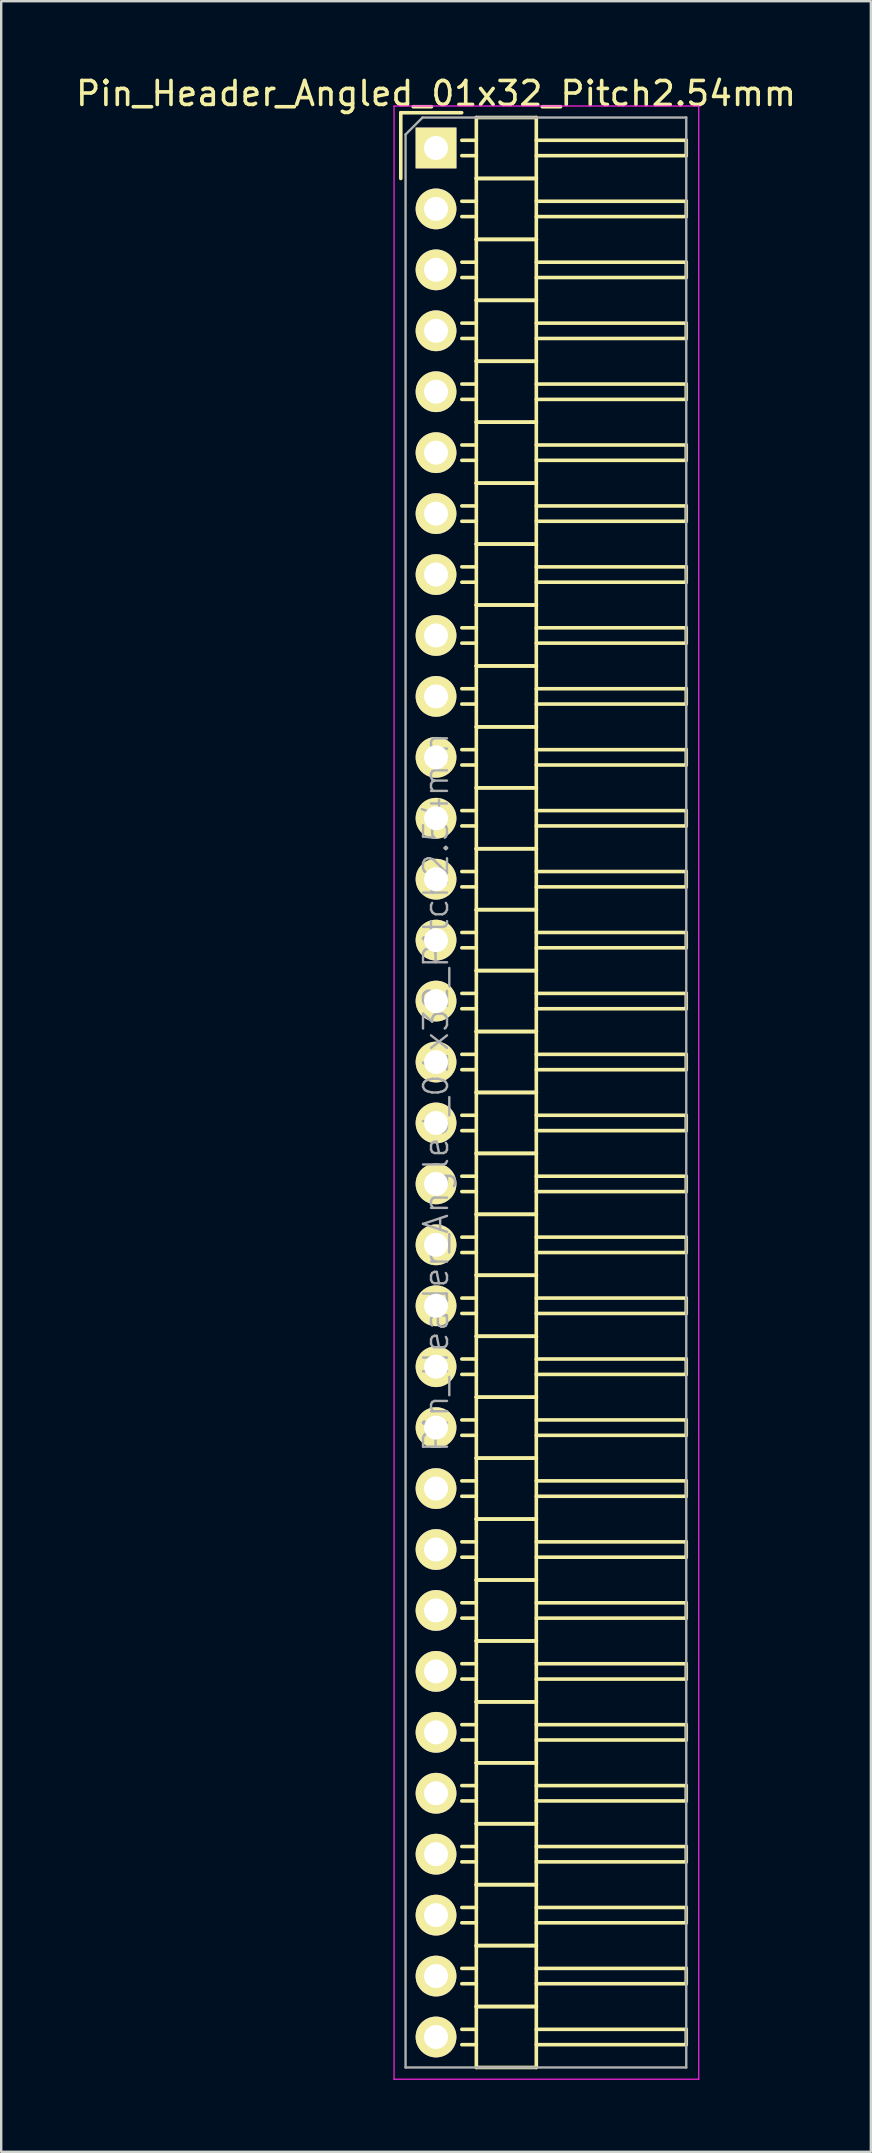
<source format=kicad_pcb>
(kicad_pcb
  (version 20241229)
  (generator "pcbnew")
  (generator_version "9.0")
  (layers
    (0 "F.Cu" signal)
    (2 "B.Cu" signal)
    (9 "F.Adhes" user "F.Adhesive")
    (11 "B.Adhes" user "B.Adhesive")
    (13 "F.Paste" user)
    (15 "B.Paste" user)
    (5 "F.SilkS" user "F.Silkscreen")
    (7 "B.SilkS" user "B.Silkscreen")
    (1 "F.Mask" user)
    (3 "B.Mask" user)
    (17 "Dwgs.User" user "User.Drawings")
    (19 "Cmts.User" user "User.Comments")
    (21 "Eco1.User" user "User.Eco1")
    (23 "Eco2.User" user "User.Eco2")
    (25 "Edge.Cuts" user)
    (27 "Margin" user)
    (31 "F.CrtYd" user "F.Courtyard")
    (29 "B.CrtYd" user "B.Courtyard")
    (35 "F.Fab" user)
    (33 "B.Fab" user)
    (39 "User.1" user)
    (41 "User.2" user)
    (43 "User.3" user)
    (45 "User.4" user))
  (footprint "Pin_Header_Angled_01x32_Pitch2.54mm"
    (layer "F.Cu")
    (at 15.125 3.118)
    (property "Reference" "Pin_Header_Angled_01x32_Pitch2.54mm" (at 0 -2.27 0) (layer "F.SilkS") (effects (font (size 1 1) (thickness 0.15))))
    (attr smd)
    (fp_line (start -1.47 -1.47) (end -1.47 1.27) (stroke (width 0.15) (type solid)) (layer "F.SilkS"))
    (fp_line (start -1.47 -1.47) (end 1.07 -1.47) (stroke (width 0.15) (type solid)) (layer "F.SilkS"))
    (fp_line (start 1.68 -0.32) (end 1.075 -0.32) (stroke (width 0.15) (type solid)) (layer "F.SilkS"))
    (fp_line (start 1.68 0.32) (end 1.075 0.32) (stroke (width 0.15) (type solid)) (layer "F.SilkS"))
    (fp_line (start 1.68 1.27) (end 1.68 -1.27) (stroke (width 0.15) (type solid)) (layer "F.SilkS"))
    (fp_line (start 1.68 2.22) (end 1.075 2.22) (stroke (width 0.15) (type solid)) (layer "F.SilkS"))
    (fp_line (start 1.68 2.86) (end 1.075 2.86) (stroke (width 0.15) (type solid)) (layer "F.SilkS"))
    (fp_line (start 1.68 3.81) (end 1.68 1.27) (stroke (width 0.15) (type solid)) (layer "F.SilkS"))
    (fp_line (start 1.68 4.76) (end 1.075 4.76) (stroke (width 0.15) (type solid)) (layer "F.SilkS"))
    (fp_line (start 1.68 5.4) (end 1.075 5.4) (stroke (width 0.15) (type solid)) (layer "F.SilkS"))
    (fp_line (start 1.68 6.35) (end 1.68 3.81) (stroke (width 0.15) (type solid)) (layer "F.SilkS"))
    (fp_line (start 1.68 7.3) (end 1.075 7.3) (stroke (width 0.15) (type solid)) (layer "F.SilkS"))
    (fp_line (start 1.68 7.94) (end 1.075 7.94) (stroke (width 0.15) (type solid)) (layer "F.SilkS"))
    (fp_line (start 1.68 8.89) (end 1.68 6.35) (stroke (width 0.15) (type solid)) (layer "F.SilkS"))
    (fp_line (start 1.68 9.84) (end 1.075 9.84) (stroke (width 0.15) (type solid)) (layer "F.SilkS"))
    (fp_line (start 1.68 10.48) (end 1.075 10.48) (stroke (width 0.15) (type solid)) (layer "F.SilkS"))
    (fp_line (start 1.68 11.43) (end 1.68 8.89) (stroke (width 0.15) (type solid)) (layer "F.SilkS"))
    (fp_line (start 1.68 12.38) (end 1.075 12.38) (stroke (width 0.15) (type solid)) (layer "F.SilkS"))
    (fp_line (start 1.68 13.02) (end 1.075 13.02) (stroke (width 0.15) (type solid)) (layer "F.SilkS"))
    (fp_line (start 1.68 13.97) (end 1.68 11.43) (stroke (width 0.15) (type solid)) (layer "F.SilkS"))
    (fp_line (start 1.68 14.92) (end 1.075 14.92) (stroke (width 0.15) (type solid)) (layer "F.SilkS"))
    (fp_line (start 1.68 15.56) (end 1.075 15.56) (stroke (width 0.15) (type solid)) (layer "F.SilkS"))
    (fp_line (start 1.68 16.51) (end 1.68 13.97) (stroke (width 0.15) (type solid)) (layer "F.SilkS"))
    (fp_line (start 1.68 17.46) (end 1.075 17.46) (stroke (width 0.15) (type solid)) (layer "F.SilkS"))
    (fp_line (start 1.68 18.1) (end 1.075 18.1) (stroke (width 0.15) (type solid)) (layer "F.SilkS"))
    (fp_line (start 1.68 19.05) (end 1.68 16.51) (stroke (width 0.15) (type solid)) (layer "F.SilkS"))
    (fp_line (start 1.68 20) (end 1.075 20) (stroke (width 0.15) (type solid)) (layer "F.SilkS"))
    (fp_line (start 1.68 20.64) (end 1.075 20.64) (stroke (width 0.15) (type solid)) (layer "F.SilkS"))
    (fp_line (start 1.68 21.59) (end 1.68 19.05) (stroke (width 0.15) (type solid)) (layer "F.SilkS"))
    (fp_line (start 1.68 22.54) (end 1.075 22.54) (stroke (width 0.15) (type solid)) (layer "F.SilkS"))
    (fp_line (start 1.68 23.18) (end 1.075 23.18) (stroke (width 0.15) (type solid)) (layer "F.SilkS"))
    (fp_line (start 1.68 24.13) (end 1.68 21.59) (stroke (width 0.15) (type solid)) (layer "F.SilkS"))
    (fp_line (start 1.68 25.08) (end 1.075 25.08) (stroke (width 0.15) (type solid)) (layer "F.SilkS"))
    (fp_line (start 1.68 25.72) (end 1.075 25.72) (stroke (width 0.15) (type solid)) (layer "F.SilkS"))
    (fp_line (start 1.68 26.67) (end 1.68 24.13) (stroke (width 0.15) (type solid)) (layer "F.SilkS"))
    (fp_line (start 1.68 27.62) (end 1.075 27.62) (stroke (width 0.15) (type solid)) (layer "F.SilkS"))
    (fp_line (start 1.68 28.26) (end 1.075 28.26) (stroke (width 0.15) (type solid)) (layer "F.SilkS"))
    (fp_line (start 1.68 29.21) (end 1.68 26.67) (stroke (width 0.15) (type solid)) (layer "F.SilkS"))
    (fp_line (start 1.68 30.16) (end 1.075 30.16) (stroke (width 0.15) (type solid)) (layer "F.SilkS"))
    (fp_line (start 1.68 30.8) (end 1.075 30.8) (stroke (width 0.15) (type solid)) (layer "F.SilkS"))
    (fp_line (start 1.68 31.75) (end 1.68 29.21) (stroke (width 0.15) (type solid)) (layer "F.SilkS"))
    (fp_line (start 1.68 32.7) (end 1.075 32.7) (stroke (width 0.15) (type solid)) (layer "F.SilkS"))
    (fp_line (start 1.68 33.34) (end 1.075 33.34) (stroke (width 0.15) (type solid)) (layer "F.SilkS"))
    (fp_line (start 1.68 34.29) (end 1.68 31.75) (stroke (width 0.15) (type solid)) (layer "F.SilkS"))
    (fp_line (start 1.68 35.24) (end 1.075 35.24) (stroke (width 0.15) (type solid)) (layer "F.SilkS"))
    (fp_line (start 1.68 35.88) (end 1.075 35.88) (stroke (width 0.15) (type solid)) (layer "F.SilkS"))
    (fp_line (start 1.68 36.83) (end 1.68 34.29) (stroke (width 0.15) (type solid)) (layer "F.SilkS"))
    (fp_line (start 1.68 37.78) (end 1.075 37.78) (stroke (width 0.15) (type solid)) (layer "F.SilkS"))
    (fp_line (start 1.68 38.42) (end 1.075 38.42) (stroke (width 0.15) (type solid)) (layer "F.SilkS"))
    (fp_line (start 1.68 39.37) (end 1.68 36.83) (stroke (width 0.15) (type solid)) (layer "F.SilkS"))
    (fp_line (start 1.68 40.32) (end 1.075 40.32) (stroke (width 0.15) (type solid)) (layer "F.SilkS"))
    (fp_line (start 1.68 40.96) (end 1.075 40.96) (stroke (width 0.15) (type solid)) (layer "F.SilkS"))
    (fp_line (start 1.68 41.91) (end 1.68 39.37) (stroke (width 0.15) (type solid)) (layer "F.SilkS"))
    (fp_line (start 1.68 42.86) (end 1.075 42.86) (stroke (width 0.15) (type solid)) (layer "F.SilkS"))
    (fp_line (start 1.68 43.5) (end 1.075 43.5) (stroke (width 0.15) (type solid)) (layer "F.SilkS"))
    (fp_line (start 1.68 44.45) (end 1.68 41.91) (stroke (width 0.15) (type solid)) (layer "F.SilkS"))
    (fp_line (start 1.68 45.4) (end 1.075 45.4) (stroke (width 0.15) (type solid)) (layer "F.SilkS"))
    (fp_line (start 1.68 46.04) (end 1.075 46.04) (stroke (width 0.15) (type solid)) (layer "F.SilkS"))
    (fp_line (start 1.68 46.99) (end 1.68 44.45) (stroke (width 0.15) (type solid)) (layer "F.SilkS"))
    (fp_line (start 1.68 47.94) (end 1.075 47.94) (stroke (width 0.15) (type solid)) (layer "F.SilkS"))
    (fp_line (start 1.68 48.58) (end 1.075 48.58) (stroke (width 0.15) (type solid)) (layer "F.SilkS"))
    (fp_line (start 1.68 49.53) (end 1.68 46.99) (stroke (width 0.15) (type solid)) (layer "F.SilkS"))
    (fp_line (start 1.68 50.48) (end 1.075 50.48) (stroke (width 0.15) (type solid)) (layer "F.SilkS"))
    (fp_line (start 1.68 51.12) (end 1.075 51.12) (stroke (width 0.15) (type solid)) (layer "F.SilkS"))
    (fp_line (start 1.68 52.07) (end 1.68 49.53) (stroke (width 0.15) (type solid)) (layer "F.SilkS"))
    (fp_line (start 1.68 53.02) (end 1.075 53.02) (stroke (width 0.15) (type solid)) (layer "F.SilkS"))
    (fp_line (start 1.68 53.66) (end 1.075 53.66) (stroke (width 0.15) (type solid)) (layer "F.SilkS"))
    (fp_line (start 1.68 54.61) (end 1.68 52.07) (stroke (width 0.15) (type solid)) (layer "F.SilkS"))
    (fp_line (start 1.68 55.56) (end 1.075 55.56) (stroke (width 0.15) (type solid)) (layer "F.SilkS"))
    (fp_line (start 1.68 56.2) (end 1.075 56.2) (stroke (width 0.15) (type solid)) (layer "F.SilkS"))
    (fp_line (start 1.68 57.15) (end 1.68 54.61) (stroke (width 0.15) (type solid)) (layer "F.SilkS"))
    (fp_line (start 1.68 58.1) (end 1.075 58.1) (stroke (width 0.15) (type solid)) (layer "F.SilkS"))
    (fp_line (start 1.68 58.74) (end 1.075 58.74) (stroke (width 0.15) (type solid)) (layer "F.SilkS"))
    (fp_line (start 1.68 59.69) (end 1.68 57.15) (stroke (width 0.15) (type solid)) (layer "F.SilkS"))
    (fp_line (start 1.68 60.64) (end 1.075 60.64) (stroke (width 0.15) (type solid)) (layer "F.SilkS"))
    (fp_line (start 1.68 61.28) (end 1.075 61.28) (stroke (width 0.15) (type solid)) (layer "F.SilkS"))
    (fp_line (start 1.68 62.23) (end 1.68 59.69) (stroke (width 0.15) (type solid)) (layer "F.SilkS"))
    (fp_line (start 1.68 63.18) (end 1.075 63.18) (stroke (width 0.15) (type solid)) (layer "F.SilkS"))
    (fp_line (start 1.68 63.82) (end 1.075 63.82) (stroke (width 0.15) (type solid)) (layer "F.SilkS"))
    (fp_line (start 1.68 64.77) (end 1.68 62.23) (stroke (width 0.15) (type solid)) (layer "F.SilkS"))
    (fp_line (start 1.68 65.72) (end 1.075 65.72) (stroke (width 0.15) (type solid)) (layer "F.SilkS"))
    (fp_line (start 1.68 66.36) (end 1.075 66.36) (stroke (width 0.15) (type solid)) (layer "F.SilkS"))
    (fp_line (start 1.68 67.31) (end 1.68 64.77) (stroke (width 0.15) (type solid)) (layer "F.SilkS"))
    (fp_line (start 1.68 68.26) (end 1.075 68.26) (stroke (width 0.15) (type solid)) (layer "F.SilkS"))
    (fp_line (start 1.68 68.9) (end 1.075 68.9) (stroke (width 0.15) (type solid)) (layer "F.SilkS"))
    (fp_line (start 1.68 69.85) (end 1.68 67.31) (stroke (width 0.15) (type solid)) (layer "F.SilkS"))
    (fp_line (start 1.68 70.8) (end 1.075 70.8) (stroke (width 0.15) (type solid)) (layer "F.SilkS"))
    (fp_line (start 1.68 71.44) (end 1.075 71.44) (stroke (width 0.15) (type solid)) (layer "F.SilkS"))
    (fp_line (start 1.68 72.39) (end 1.68 69.85) (stroke (width 0.15) (type solid)) (layer "F.SilkS"))
    (fp_line (start 1.68 73.34) (end 1.075 73.34) (stroke (width 0.15) (type solid)) (layer "F.SilkS"))
    (fp_line (start 1.68 73.98) (end 1.075 73.98) (stroke (width 0.15) (type solid)) (layer "F.SilkS"))
    (fp_line (start 1.68 74.93) (end 1.68 72.39) (stroke (width 0.15) (type solid)) (layer "F.SilkS"))
    (fp_line (start 1.68 75.88) (end 1.075 75.88) (stroke (width 0.15) (type solid)) (layer "F.SilkS"))
    (fp_line (start 1.68 76.52) (end 1.075 76.52) (stroke (width 0.15) (type solid)) (layer "F.SilkS"))
    (fp_line (start 1.68 77.47) (end 1.68 74.93) (stroke (width 0.15) (type solid)) (layer "F.SilkS"))
    (fp_line (start 1.68 78.42) (end 1.075 78.42) (stroke (width 0.15) (type solid)) (layer "F.SilkS"))
    (fp_line (start 1.68 79.06) (end 1.075 79.06) (stroke (width 0.15) (type solid)) (layer "F.SilkS"))
    (fp_line (start 1.68 80.01) (end 1.68 77.47) (stroke (width 0.15) (type solid)) (layer "F.SilkS"))
    (fp_line (start 4.18 -1.27) (end 1.68 -1.27) (stroke (width 0.15) (type solid)) (layer "F.SilkS"))
    (fp_line (start 4.18 -0.32) (end 10.43 -0.32) (stroke (width 0.15) (type solid)) (layer "F.SilkS"))
    (fp_line (start 4.18 0.32) (end 10.43 0.32) (stroke (width 0.15) (type solid)) (layer "F.SilkS"))
    (fp_line (start 4.18 1.27) (end 1.68 1.27) (stroke (width 0.15) (type solid)) (layer "F.SilkS"))
    (fp_line (start 4.18 1.27) (end 1.68 1.27) (stroke (width 0.15) (type solid)) (layer "F.SilkS"))
    (fp_line (start 4.18 1.27) (end 4.18 -1.27) (stroke (width 0.15) (type solid)) (layer "F.SilkS"))
    (fp_line (start 4.18 2.22) (end 10.43 2.22) (stroke (width 0.15) (type solid)) (layer "F.SilkS"))
    (fp_line (start 4.18 2.86) (end 10.43 2.86) (stroke (width 0.15) (type solid)) (layer "F.SilkS"))
    (fp_line (start 4.18 3.81) (end 1.68 3.81) (stroke (width 0.15) (type solid)) (layer "F.SilkS"))
    (fp_line (start 4.18 3.81) (end 1.68 3.81) (stroke (width 0.15) (type solid)) (layer "F.SilkS"))
    (fp_line (start 4.18 3.81) (end 4.18 1.27) (stroke (width 0.15) (type solid)) (layer "F.SilkS"))
    (fp_line (start 4.18 4.76) (end 10.43 4.76) (stroke (width 0.15) (type solid)) (layer "F.SilkS"))
    (fp_line (start 4.18 5.4) (end 10.43 5.4) (stroke (width 0.15) (type solid)) (layer "F.SilkS"))
    (fp_line (start 4.18 6.35) (end 1.68 6.35) (stroke (width 0.15) (type solid)) (layer "F.SilkS"))
    (fp_line (start 4.18 6.35) (end 1.68 6.35) (stroke (width 0.15) (type solid)) (layer "F.SilkS"))
    (fp_line (start 4.18 6.35) (end 4.18 3.81) (stroke (width 0.15) (type solid)) (layer "F.SilkS"))
    (fp_line (start 4.18 7.3) (end 10.43 7.3) (stroke (width 0.15) (type solid)) (layer "F.SilkS"))
    (fp_line (start 4.18 7.94) (end 10.43 7.94) (stroke (width 0.15) (type solid)) (layer "F.SilkS"))
    (fp_line (start 4.18 8.89) (end 1.68 8.89) (stroke (width 0.15) (type solid)) (layer "F.SilkS"))
    (fp_line (start 4.18 8.89) (end 1.68 8.89) (stroke (width 0.15) (type solid)) (layer "F.SilkS"))
    (fp_line (start 4.18 8.89) (end 4.18 6.35) (stroke (width 0.15) (type solid)) (layer "F.SilkS"))
    (fp_line (start 4.18 9.84) (end 10.43 9.84) (stroke (width 0.15) (type solid)) (layer "F.SilkS"))
    (fp_line (start 4.18 10.48) (end 10.43 10.48) (stroke (width 0.15) (type solid)) (layer "F.SilkS"))
    (fp_line (start 4.18 11.43) (end 1.68 11.43) (stroke (width 0.15) (type solid)) (layer "F.SilkS"))
    (fp_line (start 4.18 11.43) (end 1.68 11.43) (stroke (width 0.15) (type solid)) (layer "F.SilkS"))
    (fp_line (start 4.18 11.43) (end 4.18 8.89) (stroke (width 0.15) (type solid)) (layer "F.SilkS"))
    (fp_line (start 4.18 12.38) (end 10.43 12.38) (stroke (width 0.15) (type solid)) (layer "F.SilkS"))
    (fp_line (start 4.18 13.02) (end 10.43 13.02) (stroke (width 0.15) (type solid)) (layer "F.SilkS"))
    (fp_line (start 4.18 13.97) (end 1.68 13.97) (stroke (width 0.15) (type solid)) (layer "F.SilkS"))
    (fp_line (start 4.18 13.97) (end 1.68 13.97) (stroke (width 0.15) (type solid)) (layer "F.SilkS"))
    (fp_line (start 4.18 13.97) (end 4.18 11.43) (stroke (width 0.15) (type solid)) (layer "F.SilkS"))
    (fp_line (start 4.18 14.92) (end 10.43 14.92) (stroke (width 0.15) (type solid)) (layer "F.SilkS"))
    (fp_line (start 4.18 15.56) (end 10.43 15.56) (stroke (width 0.15) (type solid)) (layer "F.SilkS"))
    (fp_line (start 4.18 16.51) (end 1.68 16.51) (stroke (width 0.15) (type solid)) (layer "F.SilkS"))
    (fp_line (start 4.18 16.51) (end 1.68 16.51) (stroke (width 0.15) (type solid)) (layer "F.SilkS"))
    (fp_line (start 4.18 16.51) (end 4.18 13.97) (stroke (width 0.15) (type solid)) (layer "F.SilkS"))
    (fp_line (start 4.18 17.46) (end 10.43 17.46) (stroke (width 0.15) (type solid)) (layer "F.SilkS"))
    (fp_line (start 4.18 18.1) (end 10.43 18.1) (stroke (width 0.15) (type solid)) (layer "F.SilkS"))
    (fp_line (start 4.18 19.05) (end 1.68 19.05) (stroke (width 0.15) (type solid)) (layer "F.SilkS"))
    (fp_line (start 4.18 19.05) (end 1.68 19.05) (stroke (width 0.15) (type solid)) (layer "F.SilkS"))
    (fp_line (start 4.18 19.05) (end 4.18 16.51) (stroke (width 0.15) (type solid)) (layer "F.SilkS"))
    (fp_line (start 4.18 20) (end 10.43 20) (stroke (width 0.15) (type solid)) (layer "F.SilkS"))
    (fp_line (start 4.18 20.64) (end 10.43 20.64) (stroke (width 0.15) (type solid)) (layer "F.SilkS"))
    (fp_line (start 4.18 21.59) (end 1.68 21.59) (stroke (width 0.15) (type solid)) (layer "F.SilkS"))
    (fp_line (start 4.18 21.59) (end 1.68 21.59) (stroke (width 0.15) (type solid)) (layer "F.SilkS"))
    (fp_line (start 4.18 21.59) (end 4.18 19.05) (stroke (width 0.15) (type solid)) (layer "F.SilkS"))
    (fp_line (start 4.18 22.54) (end 10.43 22.54) (stroke (width 0.15) (type solid)) (layer "F.SilkS"))
    (fp_line (start 4.18 23.18) (end 10.43 23.18) (stroke (width 0.15) (type solid)) (layer "F.SilkS"))
    (fp_line (start 4.18 24.13) (end 1.68 24.13) (stroke (width 0.15) (type solid)) (layer "F.SilkS"))
    (fp_line (start 4.18 24.13) (end 1.68 24.13) (stroke (width 0.15) (type solid)) (layer "F.SilkS"))
    (fp_line (start 4.18 24.13) (end 4.18 21.59) (stroke (width 0.15) (type solid)) (layer "F.SilkS"))
    (fp_line (start 4.18 25.08) (end 10.43 25.08) (stroke (width 0.15) (type solid)) (layer "F.SilkS"))
    (fp_line (start 4.18 25.72) (end 10.43 25.72) (stroke (width 0.15) (type solid)) (layer "F.SilkS"))
    (fp_line (start 4.18 26.67) (end 1.68 26.67) (stroke (width 0.15) (type solid)) (layer "F.SilkS"))
    (fp_line (start 4.18 26.67) (end 1.68 26.67) (stroke (width 0.15) (type solid)) (layer "F.SilkS"))
    (fp_line (start 4.18 26.67) (end 4.18 24.13) (stroke (width 0.15) (type solid)) (layer "F.SilkS"))
    (fp_line (start 4.18 27.62) (end 10.43 27.62) (stroke (width 0.15) (type solid)) (layer "F.SilkS"))
    (fp_line (start 4.18 28.26) (end 10.43 28.26) (stroke (width 0.15) (type solid)) (layer "F.SilkS"))
    (fp_line (start 4.18 29.21) (end 1.68 29.21) (stroke (width 0.15) (type solid)) (layer "F.SilkS"))
    (fp_line (start 4.18 29.21) (end 1.68 29.21) (stroke (width 0.15) (type solid)) (layer "F.SilkS"))
    (fp_line (start 4.18 29.21) (end 4.18 26.67) (stroke (width 0.15) (type solid)) (layer "F.SilkS"))
    (fp_line (start 4.18 30.16) (end 10.43 30.16) (stroke (width 0.15) (type solid)) (layer "F.SilkS"))
    (fp_line (start 4.18 30.8) (end 10.43 30.8) (stroke (width 0.15) (type solid)) (layer "F.SilkS"))
    (fp_line (start 4.18 31.75) (end 1.68 31.75) (stroke (width 0.15) (type solid)) (layer "F.SilkS"))
    (fp_line (start 4.18 31.75) (end 1.68 31.75) (stroke (width 0.15) (type solid)) (layer "F.SilkS"))
    (fp_line (start 4.18 31.75) (end 4.18 29.21) (stroke (width 0.15) (type solid)) (layer "F.SilkS"))
    (fp_line (start 4.18 32.7) (end 10.43 32.7) (stroke (width 0.15) (type solid)) (layer "F.SilkS"))
    (fp_line (start 4.18 33.34) (end 10.43 33.34) (stroke (width 0.15) (type solid)) (layer "F.SilkS"))
    (fp_line (start 4.18 34.29) (end 1.68 34.29) (stroke (width 0.15) (type solid)) (layer "F.SilkS"))
    (fp_line (start 4.18 34.29) (end 1.68 34.29) (stroke (width 0.15) (type solid)) (layer "F.SilkS"))
    (fp_line (start 4.18 34.29) (end 4.18 31.75) (stroke (width 0.15) (type solid)) (layer "F.SilkS"))
    (fp_line (start 4.18 35.24) (end 10.43 35.24) (stroke (width 0.15) (type solid)) (layer "F.SilkS"))
    (fp_line (start 4.18 35.88) (end 10.43 35.88) (stroke (width 0.15) (type solid)) (layer "F.SilkS"))
    (fp_line (start 4.18 36.83) (end 1.68 36.83) (stroke (width 0.15) (type solid)) (layer "F.SilkS"))
    (fp_line (start 4.18 36.83) (end 1.68 36.83) (stroke (width 0.15) (type solid)) (layer "F.SilkS"))
    (fp_line (start 4.18 36.83) (end 4.18 34.29) (stroke (width 0.15) (type solid)) (layer "F.SilkS"))
    (fp_line (start 4.18 37.78) (end 10.43 37.78) (stroke (width 0.15) (type solid)) (layer "F.SilkS"))
    (fp_line (start 4.18 38.42) (end 10.43 38.42) (stroke (width 0.15) (type solid)) (layer "F.SilkS"))
    (fp_line (start 4.18 39.37) (end 1.68 39.37) (stroke (width 0.15) (type solid)) (layer "F.SilkS"))
    (fp_line (start 4.18 39.37) (end 1.68 39.37) (stroke (width 0.15) (type solid)) (layer "F.SilkS"))
    (fp_line (start 4.18 39.37) (end 4.18 36.83) (stroke (width 0.15) (type solid)) (layer "F.SilkS"))
    (fp_line (start 4.18 40.32) (end 10.43 40.32) (stroke (width 0.15) (type solid)) (layer "F.SilkS"))
    (fp_line (start 4.18 40.96) (end 10.43 40.96) (stroke (width 0.15) (type solid)) (layer "F.SilkS"))
    (fp_line (start 4.18 41.91) (end 1.68 41.91) (stroke (width 0.15) (type solid)) (layer "F.SilkS"))
    (fp_line (start 4.18 41.91) (end 1.68 41.91) (stroke (width 0.15) (type solid)) (layer "F.SilkS"))
    (fp_line (start 4.18 41.91) (end 4.18 39.37) (stroke (width 0.15) (type solid)) (layer "F.SilkS"))
    (fp_line (start 4.18 42.86) (end 10.43 42.86) (stroke (width 0.15) (type solid)) (layer "F.SilkS"))
    (fp_line (start 4.18 43.5) (end 10.43 43.5) (stroke (width 0.15) (type solid)) (layer "F.SilkS"))
    (fp_line (start 4.18 44.45) (end 1.68 44.45) (stroke (width 0.15) (type solid)) (layer "F.SilkS"))
    (fp_line (start 4.18 44.45) (end 1.68 44.45) (stroke (width 0.15) (type solid)) (layer "F.SilkS"))
    (fp_line (start 4.18 44.45) (end 4.18 41.91) (stroke (width 0.15) (type solid)) (layer "F.SilkS"))
    (fp_line (start 4.18 45.4) (end 10.43 45.4) (stroke (width 0.15) (type solid)) (layer "F.SilkS"))
    (fp_line (start 4.18 46.04) (end 10.43 46.04) (stroke (width 0.15) (type solid)) (layer "F.SilkS"))
    (fp_line (start 4.18 46.99) (end 1.68 46.99) (stroke (width 0.15) (type solid)) (layer "F.SilkS"))
    (fp_line (start 4.18 46.99) (end 1.68 46.99) (stroke (width 0.15) (type solid)) (layer "F.SilkS"))
    (fp_line (start 4.18 46.99) (end 4.18 44.45) (stroke (width 0.15) (type solid)) (layer "F.SilkS"))
    (fp_line (start 4.18 47.94) (end 10.43 47.94) (stroke (width 0.15) (type solid)) (layer "F.SilkS"))
    (fp_line (start 4.18 48.58) (end 10.43 48.58) (stroke (width 0.15) (type solid)) (layer "F.SilkS"))
    (fp_line (start 4.18 49.53) (end 1.68 49.53) (stroke (width 0.15) (type solid)) (layer "F.SilkS"))
    (fp_line (start 4.18 49.53) (end 1.68 49.53) (stroke (width 0.15) (type solid)) (layer "F.SilkS"))
    (fp_line (start 4.18 49.53) (end 4.18 46.99) (stroke (width 0.15) (type solid)) (layer "F.SilkS"))
    (fp_line (start 4.18 50.48) (end 10.43 50.48) (stroke (width 0.15) (type solid)) (layer "F.SilkS"))
    (fp_line (start 4.18 51.12) (end 10.43 51.12) (stroke (width 0.15) (type solid)) (layer "F.SilkS"))
    (fp_line (start 4.18 52.07) (end 1.68 52.07) (stroke (width 0.15) (type solid)) (layer "F.SilkS"))
    (fp_line (start 4.18 52.07) (end 1.68 52.07) (stroke (width 0.15) (type solid)) (layer "F.SilkS"))
    (fp_line (start 4.18 52.07) (end 4.18 49.53) (stroke (width 0.15) (type solid)) (layer "F.SilkS"))
    (fp_line (start 4.18 53.02) (end 10.43 53.02) (stroke (width 0.15) (type solid)) (layer "F.SilkS"))
    (fp_line (start 4.18 53.66) (end 10.43 53.66) (stroke (width 0.15) (type solid)) (layer "F.SilkS"))
    (fp_line (start 4.18 54.61) (end 1.68 54.61) (stroke (width 0.15) (type solid)) (layer "F.SilkS"))
    (fp_line (start 4.18 54.61) (end 1.68 54.61) (stroke (width 0.15) (type solid)) (layer "F.SilkS"))
    (fp_line (start 4.18 54.61) (end 4.18 52.07) (stroke (width 0.15) (type solid)) (layer "F.SilkS"))
    (fp_line (start 4.18 55.56) (end 10.43 55.56) (stroke (width 0.15) (type solid)) (layer "F.SilkS"))
    (fp_line (start 4.18 56.2) (end 10.43 56.2) (stroke (width 0.15) (type solid)) (layer "F.SilkS"))
    (fp_line (start 4.18 57.15) (end 1.68 57.15) (stroke (width 0.15) (type solid)) (layer "F.SilkS"))
    (fp_line (start 4.18 57.15) (end 1.68 57.15) (stroke (width 0.15) (type solid)) (layer "F.SilkS"))
    (fp_line (start 4.18 57.15) (end 4.18 54.61) (stroke (width 0.15) (type solid)) (layer "F.SilkS"))
    (fp_line (start 4.18 58.1) (end 10.43 58.1) (stroke (width 0.15) (type solid)) (layer "F.SilkS"))
    (fp_line (start 4.18 58.74) (end 10.43 58.74) (stroke (width 0.15) (type solid)) (layer "F.SilkS"))
    (fp_line (start 4.18 59.69) (end 1.68 59.69) (stroke (width 0.15) (type solid)) (layer "F.SilkS"))
    (fp_line (start 4.18 59.69) (end 1.68 59.69) (stroke (width 0.15) (type solid)) (layer "F.SilkS"))
    (fp_line (start 4.18 59.69) (end 4.18 57.15) (stroke (width 0.15) (type solid)) (layer "F.SilkS"))
    (fp_line (start 4.18 60.64) (end 10.43 60.64) (stroke (width 0.15) (type solid)) (layer "F.SilkS"))
    (fp_line (start 4.18 61.28) (end 10.43 61.28) (stroke (width 0.15) (type solid)) (layer "F.SilkS"))
    (fp_line (start 4.18 62.23) (end 1.68 62.23) (stroke (width 0.15) (type solid)) (layer "F.SilkS"))
    (fp_line (start 4.18 62.23) (end 1.68 62.23) (stroke (width 0.15) (type solid)) (layer "F.SilkS"))
    (fp_line (start 4.18 62.23) (end 4.18 59.69) (stroke (width 0.15) (type solid)) (layer "F.SilkS"))
    (fp_line (start 4.18 63.18) (end 10.43 63.18) (stroke (width 0.15) (type solid)) (layer "F.SilkS"))
    (fp_line (start 4.18 63.82) (end 10.43 63.82) (stroke (width 0.15) (type solid)) (layer "F.SilkS"))
    (fp_line (start 4.18 64.77) (end 1.68 64.77) (stroke (width 0.15) (type solid)) (layer "F.SilkS"))
    (fp_line (start 4.18 64.77) (end 1.68 64.77) (stroke (width 0.15) (type solid)) (layer "F.SilkS"))
    (fp_line (start 4.18 64.77) (end 4.18 62.23) (stroke (width 0.15) (type solid)) (layer "F.SilkS"))
    (fp_line (start 4.18 65.72) (end 10.43 65.72) (stroke (width 0.15) (type solid)) (layer "F.SilkS"))
    (fp_line (start 4.18 66.36) (end 10.43 66.36) (stroke (width 0.15) (type solid)) (layer "F.SilkS"))
    (fp_line (start 4.18 67.31) (end 1.68 67.31) (stroke (width 0.15) (type solid)) (layer "F.SilkS"))
    (fp_line (start 4.18 67.31) (end 1.68 67.31) (stroke (width 0.15) (type solid)) (layer "F.SilkS"))
    (fp_line (start 4.18 67.31) (end 4.18 64.77) (stroke (width 0.15) (type solid)) (layer "F.SilkS"))
    (fp_line (start 4.18 68.26) (end 10.43 68.26) (stroke (width 0.15) (type solid)) (layer "F.SilkS"))
    (fp_line (start 4.18 68.9) (end 10.43 68.9) (stroke (width 0.15) (type solid)) (layer "F.SilkS"))
    (fp_line (start 4.18 69.85) (end 1.68 69.85) (stroke (width 0.15) (type solid)) (layer "F.SilkS"))
    (fp_line (start 4.18 69.85) (end 1.68 69.85) (stroke (width 0.15) (type solid)) (layer "F.SilkS"))
    (fp_line (start 4.18 69.85) (end 4.18 67.31) (stroke (width 0.15) (type solid)) (layer "F.SilkS"))
    (fp_line (start 4.18 70.8) (end 10.43 70.8) (stroke (width 0.15) (type solid)) (layer "F.SilkS"))
    (fp_line (start 4.18 71.44) (end 10.43 71.44) (stroke (width 0.15) (type solid)) (layer "F.SilkS"))
    (fp_line (start 4.18 72.39) (end 1.68 72.39) (stroke (width 0.15) (type solid)) (layer "F.SilkS"))
    (fp_line (start 4.18 72.39) (end 1.68 72.39) (stroke (width 0.15) (type solid)) (layer "F.SilkS"))
    (fp_line (start 4.18 72.39) (end 4.18 69.85) (stroke (width 0.15) (type solid)) (layer "F.SilkS"))
    (fp_line (start 4.18 73.34) (end 10.43 73.34) (stroke (width 0.15) (type solid)) (layer "F.SilkS"))
    (fp_line (start 4.18 73.98) (end 10.43 73.98) (stroke (width 0.15) (type solid)) (layer "F.SilkS"))
    (fp_line (start 4.18 74.93) (end 1.68 74.93) (stroke (width 0.15) (type solid)) (layer "F.SilkS"))
    (fp_line (start 4.18 74.93) (end 1.68 74.93) (stroke (width 0.15) (type solid)) (layer "F.SilkS"))
    (fp_line (start 4.18 74.93) (end 4.18 72.39) (stroke (width 0.15) (type solid)) (layer "F.SilkS"))
    (fp_line (start 4.18 75.88) (end 10.43 75.88) (stroke (width 0.15) (type solid)) (layer "F.SilkS"))
    (fp_line (start 4.18 76.52) (end 10.43 76.52) (stroke (width 0.15) (type solid)) (layer "F.SilkS"))
    (fp_line (start 4.18 77.47) (end 1.68 77.47) (stroke (width 0.15) (type solid)) (layer "F.SilkS"))
    (fp_line (start 4.18 77.47) (end 1.68 77.47) (stroke (width 0.15) (type solid)) (layer "F.SilkS"))
    (fp_line (start 4.18 77.47) (end 4.18 74.93) (stroke (width 0.15) (type solid)) (layer "F.SilkS"))
    (fp_line (start 4.18 78.42) (end 10.43 78.42) (stroke (width 0.15) (type solid)) (layer "F.SilkS"))
    (fp_line (start 4.18 79.06) (end 10.43 79.06) (stroke (width 0.15) (type solid)) (layer "F.SilkS"))
    (fp_line (start 4.18 80.01) (end 1.68 80.01) (stroke (width 0.15) (type solid)) (layer "F.SilkS"))
    (fp_line (start 4.18 80.01) (end 4.18 77.47) (stroke (width 0.15) (type solid)) (layer "F.SilkS"))
    (fp_line (start 10.43 0.32) (end 10.43 -0.32) (stroke (width 0.15) (type solid)) (layer "F.SilkS"))
    (fp_line (start 10.43 2.86) (end 10.43 2.22) (stroke (width 0.15) (type solid)) (layer "F.SilkS"))
    (fp_line (start 10.43 5.4) (end 10.43 4.76) (stroke (width 0.15) (type solid)) (layer "F.SilkS"))
    (fp_line (start 10.43 7.94) (end 10.43 7.3) (stroke (width 0.15) (type solid)) (layer "F.SilkS"))
    (fp_line (start 10.43 10.48) (end 10.43 9.84) (stroke (width 0.15) (type solid)) (layer "F.SilkS"))
    (fp_line (start 10.43 13.02) (end 10.43 12.38) (stroke (width 0.15) (type solid)) (layer "F.SilkS"))
    (fp_line (start 10.43 15.56) (end 10.43 14.92) (stroke (width 0.15) (type solid)) (layer "F.SilkS"))
    (fp_line (start 10.43 18.1) (end 10.43 17.46) (stroke (width 0.15) (type solid)) (layer "F.SilkS"))
    (fp_line (start 10.43 20.64) (end 10.43 20) (stroke (width 0.15) (type solid)) (layer "F.SilkS"))
    (fp_line (start 10.43 23.18) (end 10.43 22.54) (stroke (width 0.15) (type solid)) (layer "F.SilkS"))
    (fp_line (start 10.43 25.72) (end 10.43 25.08) (stroke (width 0.15) (type solid)) (layer "F.SilkS"))
    (fp_line (start 10.43 28.26) (end 10.43 27.62) (stroke (width 0.15) (type solid)) (layer "F.SilkS"))
    (fp_line (start 10.43 30.8) (end 10.43 30.16) (stroke (width 0.15) (type solid)) (layer "F.SilkS"))
    (fp_line (start 10.43 33.34) (end 10.43 32.7) (stroke (width 0.15) (type solid)) (layer "F.SilkS"))
    (fp_line (start 10.43 35.88) (end 10.43 35.24) (stroke (width 0.15) (type solid)) (layer "F.SilkS"))
    (fp_line (start 10.43 38.42) (end 10.43 37.78) (stroke (width 0.15) (type solid)) (layer "F.SilkS"))
    (fp_line (start 10.43 40.96) (end 10.43 40.32) (stroke (width 0.15) (type solid)) (layer "F.SilkS"))
    (fp_line (start 10.43 43.5) (end 10.43 42.86) (stroke (width 0.15) (type solid)) (layer "F.SilkS"))
    (fp_line (start 10.43 46.04) (end 10.43 45.4) (stroke (width 0.15) (type solid)) (layer "F.SilkS"))
    (fp_line (start 10.43 48.58) (end 10.43 47.94) (stroke (width 0.15) (type solid)) (layer "F.SilkS"))
    (fp_line (start 10.43 51.12) (end 10.43 50.48) (stroke (width 0.15) (type solid)) (layer "F.SilkS"))
    (fp_line (start 10.43 53.66) (end 10.43 53.02) (stroke (width 0.15) (type solid)) (layer "F.SilkS"))
    (fp_line (start 10.43 56.2) (end 10.43 55.56) (stroke (width 0.15) (type solid)) (layer "F.SilkS"))
    (fp_line (start 10.43 58.74) (end 10.43 58.1) (stroke (width 0.15) (type solid)) (layer "F.SilkS"))
    (fp_line (start 10.43 61.28) (end 10.43 60.64) (stroke (width 0.15) (type solid)) (layer "F.SilkS"))
    (fp_line (start 10.43 63.82) (end 10.43 63.18) (stroke (width 0.15) (type solid)) (layer "F.SilkS"))
    (fp_line (start 10.43 66.36) (end 10.43 65.72) (stroke (width 0.15) (type solid)) (layer "F.SilkS"))
    (fp_line (start 10.43 68.9) (end 10.43 68.26) (stroke (width 0.15) (type solid)) (layer "F.SilkS"))
    (fp_line (start 10.43 71.44) (end 10.43 70.8) (stroke (width 0.15) (type solid)) (layer "F.SilkS"))
    (fp_line (start 10.43 73.98) (end 10.43 73.34) (stroke (width 0.15) (type solid)) (layer "F.SilkS"))
    (fp_line (start 10.43 76.52) (end 10.43 75.88) (stroke (width 0.15) (type solid)) (layer "F.SilkS"))
    (fp_line (start 10.43 79.06) (end 10.43 78.42) (stroke (width 0.15) (type solid)) (layer "F.SilkS"))
    (fp_line (start -1.75 -1.75) (end -1.75 80.5) (stroke (width 0.05) (type solid)) (layer "F.CrtYd"))
    (fp_line (start 10.95 -1.75) (end -1.75 -1.75) (stroke (width 0.05) (type solid)) (layer "F.CrtYd"))
    (fp_line (start 10.95 -1.75) (end 10.95 80.5) (stroke (width 0.05) (type solid)) (layer "F.CrtYd"))
    (fp_line (start 10.95 80.5) (end -1.75 80.5) (stroke (width 0.05) (type solid)) (layer "F.CrtYd"))
    (fp_line (start -1.27 -0.563) (end -0.563 -1.27) (stroke (width 0.1) (type solid)) (layer "F.Fab"))
    (fp_line (start -1.27 80.01) (end -1.27 -0.563) (stroke (width 0.1) (type solid)) (layer "F.Fab"))
    (fp_line (start 10.43 -1.27) (end -0.563 -1.27) (stroke (width 0.1) (type solid)) (layer "F.Fab"))
    (fp_line (start 10.43 80.01) (end -1.27 80.01) (stroke (width 0.1) (type solid)) (layer "F.Fab"))
    (fp_line (start 10.43 80.01) (end 10.43 -1.27) (stroke (width 0.1) (type solid)) (layer "F.Fab"))
    (fp_text user "${REFERENCE}" (at 0 39.37 90) (layer "F.Fab") (effects (font (size 1 1) (thickness 0.1))))
    (pad "1" thru_hole rect (at 0 0) (size 1.7 1.7) (drill 1) (layers "*.Cu" "*.Mask" "F.SilkS"))
    (pad "2" thru_hole oval (at 0 2.54) (size 1.7 1.7) (drill 1) (layers "*.Cu" "*.Mask" "F.SilkS"))
    (pad "3" thru_hole oval (at 0 5.08) (size 1.7 1.7) (drill 1) (layers "*.Cu" "*.Mask" "F.SilkS"))
    (pad "4" thru_hole oval (at 0 7.62) (size 1.7 1.7) (drill 1) (layers "*.Cu" "*.Mask" "F.SilkS"))
    (pad "5" thru_hole oval (at 0 10.16) (size 1.7 1.7) (drill 1) (layers "*.Cu" "*.Mask" "F.SilkS"))
    (pad "6" thru_hole oval (at 0 12.7) (size 1.7 1.7) (drill 1) (layers "*.Cu" "*.Mask" "F.SilkS"))
    (pad "7" thru_hole oval (at 0 15.24) (size 1.7 1.7) (drill 1) (layers "*.Cu" "*.Mask" "F.SilkS"))
    (pad "8" thru_hole oval (at 0 17.78) (size 1.7 1.7) (drill 1) (layers "*.Cu" "*.Mask" "F.SilkS"))
    (pad "9" thru_hole oval (at 0 20.32) (size 1.7 1.7) (drill 1) (layers "*.Cu" "*.Mask" "F.SilkS"))
    (pad "10" thru_hole oval (at 0 22.86) (size 1.7 1.7) (drill 1) (layers "*.Cu" "*.Mask" "F.SilkS"))
    (pad "11" thru_hole oval (at 0 25.4) (size 1.7 1.7) (drill 1) (layers "*.Cu" "*.Mask" "F.SilkS"))
    (pad "12" thru_hole oval (at 0 27.94) (size 1.7 1.7) (drill 1) (layers "*.Cu" "*.Mask" "F.SilkS"))
    (pad "13" thru_hole oval (at 0 30.48) (size 1.7 1.7) (drill 1) (layers "*.Cu" "*.Mask" "F.SilkS"))
    (pad "14" thru_hole oval (at 0 33.02) (size 1.7 1.7) (drill 1) (layers "*.Cu" "*.Mask" "F.SilkS"))
    (pad "15" thru_hole oval (at 0 35.56) (size 1.7 1.7) (drill 1) (layers "*.Cu" "*.Mask" "F.SilkS"))
    (pad "16" thru_hole oval (at 0 38.1) (size 1.7 1.7) (drill 1) (layers "*.Cu" "*.Mask" "F.SilkS"))
    (pad "17" thru_hole oval (at 0 40.64) (size 1.7 1.7) (drill 1) (layers "*.Cu" "*.Mask" "F.SilkS"))
    (pad "18" thru_hole oval (at 0 43.18) (size 1.7 1.7) (drill 1) (layers "*.Cu" "*.Mask" "F.SilkS"))
    (pad "19" thru_hole oval (at 0 45.72) (size 1.7 1.7) (drill 1) (layers "*.Cu" "*.Mask" "F.SilkS"))
    (pad "20" thru_hole oval (at 0 48.26) (size 1.7 1.7) (drill 1) (layers "*.Cu" "*.Mask" "F.SilkS"))
    (pad "21" thru_hole oval (at 0 50.8) (size 1.7 1.7) (drill 1) (layers "*.Cu" "*.Mask" "F.SilkS"))
    (pad "22" thru_hole oval (at 0 53.34) (size 1.7 1.7) (drill 1) (layers "*.Cu" "*.Mask" "F.SilkS"))
    (pad "23" thru_hole oval (at 0 55.88) (size 1.7 1.7) (drill 1) (layers "*.Cu" "*.Mask" "F.SilkS"))
    (pad "24" thru_hole oval (at 0 58.42) (size 1.7 1.7) (drill 1) (layers "*.Cu" "*.Mask" "F.SilkS"))
    (pad "25" thru_hole oval (at 0 60.96) (size 1.7 1.7) (drill 1) (layers "*.Cu" "*.Mask" "F.SilkS"))
    (pad "26" thru_hole oval (at 0 63.5) (size 1.7 1.7) (drill 1) (layers "*.Cu" "*.Mask" "F.SilkS"))
    (pad "27" thru_hole oval (at 0 66.04) (size 1.7 1.7) (drill 1) (layers "*.Cu" "*.Mask" "F.SilkS"))
    (pad "28" thru_hole oval (at 0 68.58) (size 1.7 1.7) (drill 1) (layers "*.Cu" "*.Mask" "F.SilkS"))
    (pad "29" thru_hole oval (at 0 71.12) (size 1.7 1.7) (drill 1) (layers "*.Cu" "*.Mask" "F.SilkS"))
    (pad "30" thru_hole oval (at 0 73.66) (size 1.7 1.7) (drill 1) (layers "*.Cu" "*.Mask" "F.SilkS"))
    (pad "31" thru_hole oval (at 0 76.2) (size 1.7 1.7) (drill 1) (layers "*.Cu" "*.Mask" "F.SilkS"))
    (pad "32" thru_hole oval (at 0 78.74) (size 1.7 1.7) (drill 1) (layers "*.Cu" "*.Mask" "F.SilkS")))
  (gr_rect
    (start -3 -3)
    (end 33.25 86.643)
    (stroke (width 0.1) (type default))
    (fill no)
    (layer "Edge.Cuts")))
</source>
